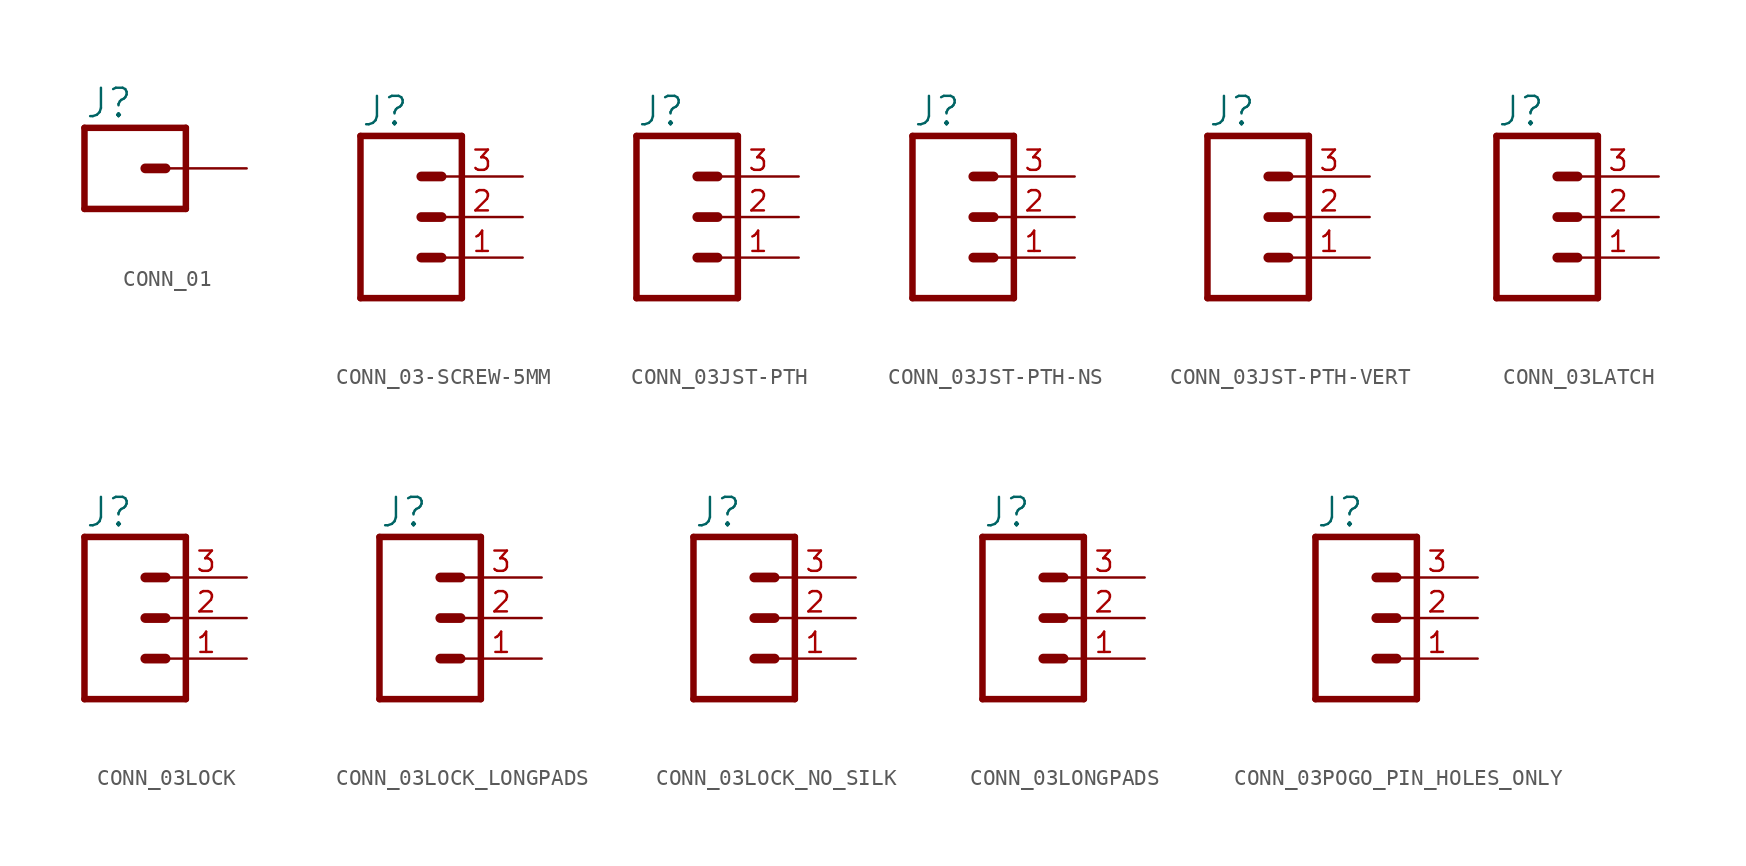
<source format=kicad_sym>
(kicad_symbol_lib
  (version 20220914)
  (generator kicad_symbol_editor)
  (symbol "CONN_01"
    (property "Reference" "J"
      (at -2.54 3.048 0)
      (effects (font (size 1.778 1.778)) (justify left bottom)))
    (property "Value" ""
      (at -2.54 -4.826 0)
      (effects (font (size 1.778 1.778)) (justify left bottom)))
    (property "ki_locked" ""
      (at 0 0 0)
      (effects (font (size 1.27 1.27))))
    (symbol "CONN_01_1_0"
      (polyline (pts (xy -2.54 2.54) (xy -2.54 -2.54)) (stroke (width 0.406) (type solid)) (fill (type none)))
      (polyline (pts (xy -2.54 2.54) (xy 3.81 2.54)) (stroke (width 0.406) (type solid)) (fill (type none)))
      (polyline (pts (xy 1.27 0) (xy 2.54 0)) (stroke (width 0.61) (type solid)) (fill (type none)))
      (polyline (pts (xy 3.81 -2.54) (xy -2.54 -2.54)) (stroke (width 0.406) (type solid)) (fill (type none)))
      (polyline (pts (xy 3.81 -2.54) (xy 3.81 2.54)) (stroke (width 0.406) (type solid)) (fill (type none)))
      (pin passive line (at 7.62 0 180) (length 5.08) (name "1" (effects (font (size 0 0)))) (number "1" (effects (font (size 0 0)))))))
  (symbol "CONN_03-SCREW-5MM"
    (property "Reference" "J"
      (at -2.54 5.588 0)
      (effects (font (size 1.778 1.778)) (justify left bottom)))
    (property "Value" ""
      (at -2.54 -7.366 0)
      (effects (font (size 1.778 1.778)) (justify left bottom)))
    (property "ki_locked" ""
      (at 0 0 0)
      (effects (font (size 1.27 1.27))))
    (symbol "CONN_03-SCREW-5MM_1_0"
      (polyline (pts (xy -2.54 5.08) (xy -2.54 -5.08)) (stroke (width 0.406) (type solid)) (fill (type none)))
      (polyline (pts (xy -2.54 5.08) (xy 3.81 5.08)) (stroke (width 0.406) (type solid)) (fill (type none)))
      (polyline (pts (xy 1.27 -2.54) (xy 2.54 -2.54)) (stroke (width 0.61) (type solid)) (fill (type none)))
      (polyline (pts (xy 1.27 0) (xy 2.54 0)) (stroke (width 0.61) (type solid)) (fill (type none)))
      (polyline (pts (xy 1.27 2.54) (xy 2.54 2.54)) (stroke (width 0.61) (type solid)) (fill (type none)))
      (polyline (pts (xy 3.81 -5.08) (xy -2.54 -5.08)) (stroke (width 0.406) (type solid)) (fill (type none)))
      (polyline (pts (xy 3.81 -5.08) (xy 3.81 5.08)) (stroke (width 0.406) (type solid)) (fill (type none)))
      (pin passive line (at 7.62 -2.54 180) (length 5.08) (name "1" (effects (font (size 0 0)))) (number "1" (effects (font (size 1.27 1.27)))))
      (pin passive line (at 7.62 0 180) (length 5.08) (name "2" (effects (font (size 0 0)))) (number "2" (effects (font (size 1.27 1.27)))))
      (pin passive line (at 7.62 2.54 180) (length 5.08) (name "3" (effects (font (size 0 0)))) (number "3" (effects (font (size 1.27 1.27)))))))
  (symbol "CONN_03JST-PTH"
    (property "Reference" "J"
      (at -2.54 5.588 0)
      (effects (font (size 1.778 1.778)) (justify left bottom)))
    (property "Value" ""
      (at -2.54 -7.366 0)
      (effects (font (size 1.778 1.778)) (justify left bottom)))
    (property "ki_locked" ""
      (at 0 0 0)
      (effects (font (size 1.27 1.27))))
    (symbol "CONN_03JST-PTH_1_0"
      (polyline (pts (xy -2.54 5.08) (xy -2.54 -5.08)) (stroke (width 0.406) (type solid)) (fill (type none)))
      (polyline (pts (xy -2.54 5.08) (xy 3.81 5.08)) (stroke (width 0.406) (type solid)) (fill (type none)))
      (polyline (pts (xy 1.27 -2.54) (xy 2.54 -2.54)) (stroke (width 0.61) (type solid)) (fill (type none)))
      (polyline (pts (xy 1.27 0) (xy 2.54 0)) (stroke (width 0.61) (type solid)) (fill (type none)))
      (polyline (pts (xy 1.27 2.54) (xy 2.54 2.54)) (stroke (width 0.61) (type solid)) (fill (type none)))
      (polyline (pts (xy 3.81 -5.08) (xy -2.54 -5.08)) (stroke (width 0.406) (type solid)) (fill (type none)))
      (polyline (pts (xy 3.81 -5.08) (xy 3.81 5.08)) (stroke (width 0.406) (type solid)) (fill (type none)))
      (pin passive line (at 7.62 -2.54 180) (length 5.08) (name "1" (effects (font (size 0 0)))) (number "1" (effects (font (size 1.27 1.27)))))
      (pin passive line (at 7.62 0 180) (length 5.08) (name "2" (effects (font (size 0 0)))) (number "2" (effects (font (size 1.27 1.27)))))
      (pin passive line (at 7.62 2.54 180) (length 5.08) (name "3" (effects (font (size 0 0)))) (number "3" (effects (font (size 1.27 1.27)))))))
  (symbol "CONN_03JST-PTH-NS"
    (property "Reference" "J"
      (at -2.54 5.588 0)
      (effects (font (size 1.778 1.778)) (justify left bottom)))
    (property "Value" ""
      (at -2.54 -7.366 0)
      (effects (font (size 1.778 1.778)) (justify left bottom)))
    (property "ki_locked" ""
      (at 0 0 0)
      (effects (font (size 1.27 1.27))))
    (symbol "CONN_03JST-PTH-NS_1_0"
      (polyline (pts (xy -2.54 5.08) (xy -2.54 -5.08)) (stroke (width 0.406) (type solid)) (fill (type none)))
      (polyline (pts (xy -2.54 5.08) (xy 3.81 5.08)) (stroke (width 0.406) (type solid)) (fill (type none)))
      (polyline (pts (xy 1.27 -2.54) (xy 2.54 -2.54)) (stroke (width 0.61) (type solid)) (fill (type none)))
      (polyline (pts (xy 1.27 0) (xy 2.54 0)) (stroke (width 0.61) (type solid)) (fill (type none)))
      (polyline (pts (xy 1.27 2.54) (xy 2.54 2.54)) (stroke (width 0.61) (type solid)) (fill (type none)))
      (polyline (pts (xy 3.81 -5.08) (xy -2.54 -5.08)) (stroke (width 0.406) (type solid)) (fill (type none)))
      (polyline (pts (xy 3.81 -5.08) (xy 3.81 5.08)) (stroke (width 0.406) (type solid)) (fill (type none)))
      (pin passive line (at 7.62 -2.54 180) (length 5.08) (name "1" (effects (font (size 0 0)))) (number "1" (effects (font (size 1.27 1.27)))))
      (pin passive line (at 7.62 0 180) (length 5.08) (name "2" (effects (font (size 0 0)))) (number "2" (effects (font (size 1.27 1.27)))))
      (pin passive line (at 7.62 2.54 180) (length 5.08) (name "3" (effects (font (size 0 0)))) (number "3" (effects (font (size 1.27 1.27)))))))
  (symbol "CONN_03JST-PTH-VERT"
    (property "Reference" "J"
      (at -2.54 5.588 0)
      (effects (font (size 1.778 1.778)) (justify left bottom)))
    (property "Value" ""
      (at -2.54 -7.366 0)
      (effects (font (size 1.778 1.778)) (justify left bottom)))
    (property "ki_locked" ""
      (at 0 0 0)
      (effects (font (size 1.27 1.27))))
    (symbol "CONN_03JST-PTH-VERT_1_0"
      (polyline (pts (xy -2.54 5.08) (xy -2.54 -5.08)) (stroke (width 0.406) (type solid)) (fill (type none)))
      (polyline (pts (xy -2.54 5.08) (xy 3.81 5.08)) (stroke (width 0.406) (type solid)) (fill (type none)))
      (polyline (pts (xy 1.27 -2.54) (xy 2.54 -2.54)) (stroke (width 0.61) (type solid)) (fill (type none)))
      (polyline (pts (xy 1.27 0) (xy 2.54 0)) (stroke (width 0.61) (type solid)) (fill (type none)))
      (polyline (pts (xy 1.27 2.54) (xy 2.54 2.54)) (stroke (width 0.61) (type solid)) (fill (type none)))
      (polyline (pts (xy 3.81 -5.08) (xy -2.54 -5.08)) (stroke (width 0.406) (type solid)) (fill (type none)))
      (polyline (pts (xy 3.81 -5.08) (xy 3.81 5.08)) (stroke (width 0.406) (type solid)) (fill (type none)))
      (pin passive line (at 7.62 -2.54 180) (length 5.08) (name "1" (effects (font (size 0 0)))) (number "1" (effects (font (size 1.27 1.27)))))
      (pin passive line (at 7.62 0 180) (length 5.08) (name "2" (effects (font (size 0 0)))) (number "2" (effects (font (size 1.27 1.27)))))
      (pin passive line (at 7.62 2.54 180) (length 5.08) (name "3" (effects (font (size 0 0)))) (number "3" (effects (font (size 1.27 1.27)))))))
  (symbol "CONN_03LATCH"
    (property "Reference" "J"
      (at -2.54 5.588 0)
      (effects (font (size 1.778 1.778)) (justify left bottom)))
    (property "Value" ""
      (at -2.54 -7.366 0)
      (effects (font (size 1.778 1.778)) (justify left bottom)))
    (property "ki_locked" ""
      (at 0 0 0)
      (effects (font (size 1.27 1.27))))
    (symbol "CONN_03LATCH_1_0"
      (polyline (pts (xy -2.54 5.08) (xy -2.54 -5.08)) (stroke (width 0.406) (type solid)) (fill (type none)))
      (polyline (pts (xy -2.54 5.08) (xy 3.81 5.08)) (stroke (width 0.406) (type solid)) (fill (type none)))
      (polyline (pts (xy 1.27 -2.54) (xy 2.54 -2.54)) (stroke (width 0.61) (type solid)) (fill (type none)))
      (polyline (pts (xy 1.27 0) (xy 2.54 0)) (stroke (width 0.61) (type solid)) (fill (type none)))
      (polyline (pts (xy 1.27 2.54) (xy 2.54 2.54)) (stroke (width 0.61) (type solid)) (fill (type none)))
      (polyline (pts (xy 3.81 -5.08) (xy -2.54 -5.08)) (stroke (width 0.406) (type solid)) (fill (type none)))
      (polyline (pts (xy 3.81 -5.08) (xy 3.81 5.08)) (stroke (width 0.406) (type solid)) (fill (type none)))
      (pin passive line (at 7.62 -2.54 180) (length 5.08) (name "1" (effects (font (size 0 0)))) (number "1" (effects (font (size 1.27 1.27)))))
      (pin passive line (at 7.62 0 180) (length 5.08) (name "2" (effects (font (size 0 0)))) (number "2" (effects (font (size 1.27 1.27)))))
      (pin passive line (at 7.62 2.54 180) (length 5.08) (name "3" (effects (font (size 0 0)))) (number "3" (effects (font (size 1.27 1.27)))))))
  (symbol "CONN_03LOCK"
    (property "Reference" "J"
      (at -2.54 5.588 0)
      (effects (font (size 1.778 1.778)) (justify left bottom)))
    (property "Value" ""
      (at -2.54 -7.366 0)
      (effects (font (size 1.778 1.778)) (justify left bottom)))
    (property "ki_locked" ""
      (at 0 0 0)
      (effects (font (size 1.27 1.27))))
    (symbol "CONN_03LOCK_1_0"
      (polyline (pts (xy -2.54 5.08) (xy -2.54 -5.08)) (stroke (width 0.406) (type solid)) (fill (type none)))
      (polyline (pts (xy -2.54 5.08) (xy 3.81 5.08)) (stroke (width 0.406) (type solid)) (fill (type none)))
      (polyline (pts (xy 1.27 -2.54) (xy 2.54 -2.54)) (stroke (width 0.61) (type solid)) (fill (type none)))
      (polyline (pts (xy 1.27 0) (xy 2.54 0)) (stroke (width 0.61) (type solid)) (fill (type none)))
      (polyline (pts (xy 1.27 2.54) (xy 2.54 2.54)) (stroke (width 0.61) (type solid)) (fill (type none)))
      (polyline (pts (xy 3.81 -5.08) (xy -2.54 -5.08)) (stroke (width 0.406) (type solid)) (fill (type none)))
      (polyline (pts (xy 3.81 -5.08) (xy 3.81 5.08)) (stroke (width 0.406) (type solid)) (fill (type none)))
      (pin passive line (at 7.62 -2.54 180) (length 5.08) (name "1" (effects (font (size 0 0)))) (number "1" (effects (font (size 1.27 1.27)))))
      (pin passive line (at 7.62 0 180) (length 5.08) (name "2" (effects (font (size 0 0)))) (number "2" (effects (font (size 1.27 1.27)))))
      (pin passive line (at 7.62 2.54 180) (length 5.08) (name "3" (effects (font (size 0 0)))) (number "3" (effects (font (size 1.27 1.27)))))))
  (symbol "CONN_03LOCK_LONGPADS"
    (property "Reference" "J"
      (at -2.54 5.588 0)
      (effects (font (size 1.778 1.778)) (justify left bottom)))
    (property "Value" ""
      (at -2.54 -7.366 0)
      (effects (font (size 1.778 1.778)) (justify left bottom)))
    (property "ki_locked" ""
      (at 0 0 0)
      (effects (font (size 1.27 1.27))))
    (symbol "CONN_03LOCK_LONGPADS_1_0"
      (polyline (pts (xy -2.54 5.08) (xy -2.54 -5.08)) (stroke (width 0.406) (type solid)) (fill (type none)))
      (polyline (pts (xy -2.54 5.08) (xy 3.81 5.08)) (stroke (width 0.406) (type solid)) (fill (type none)))
      (polyline (pts (xy 1.27 -2.54) (xy 2.54 -2.54)) (stroke (width 0.61) (type solid)) (fill (type none)))
      (polyline (pts (xy 1.27 0) (xy 2.54 0)) (stroke (width 0.61) (type solid)) (fill (type none)))
      (polyline (pts (xy 1.27 2.54) (xy 2.54 2.54)) (stroke (width 0.61) (type solid)) (fill (type none)))
      (polyline (pts (xy 3.81 -5.08) (xy -2.54 -5.08)) (stroke (width 0.406) (type solid)) (fill (type none)))
      (polyline (pts (xy 3.81 -5.08) (xy 3.81 5.08)) (stroke (width 0.406) (type solid)) (fill (type none)))
      (pin passive line (at 7.62 -2.54 180) (length 5.08) (name "1" (effects (font (size 0 0)))) (number "1" (effects (font (size 1.27 1.27)))))
      (pin passive line (at 7.62 0 180) (length 5.08) (name "2" (effects (font (size 0 0)))) (number "2" (effects (font (size 1.27 1.27)))))
      (pin passive line (at 7.62 2.54 180) (length 5.08) (name "3" (effects (font (size 0 0)))) (number "3" (effects (font (size 1.27 1.27)))))))
  (symbol "CONN_03LOCK_NO_SILK"
    (property "Reference" "J"
      (at -2.54 5.588 0)
      (effects (font (size 1.778 1.778)) (justify left bottom)))
    (property "Value" ""
      (at -2.54 -7.366 0)
      (effects (font (size 1.778 1.778)) (justify left bottom)))
    (property "ki_locked" ""
      (at 0 0 0)
      (effects (font (size 1.27 1.27))))
    (symbol "CONN_03LOCK_NO_SILK_1_0"
      (polyline (pts (xy -2.54 5.08) (xy -2.54 -5.08)) (stroke (width 0.406) (type solid)) (fill (type none)))
      (polyline (pts (xy -2.54 5.08) (xy 3.81 5.08)) (stroke (width 0.406) (type solid)) (fill (type none)))
      (polyline (pts (xy 1.27 -2.54) (xy 2.54 -2.54)) (stroke (width 0.61) (type solid)) (fill (type none)))
      (polyline (pts (xy 1.27 0) (xy 2.54 0)) (stroke (width 0.61) (type solid)) (fill (type none)))
      (polyline (pts (xy 1.27 2.54) (xy 2.54 2.54)) (stroke (width 0.61) (type solid)) (fill (type none)))
      (polyline (pts (xy 3.81 -5.08) (xy -2.54 -5.08)) (stroke (width 0.406) (type solid)) (fill (type none)))
      (polyline (pts (xy 3.81 -5.08) (xy 3.81 5.08)) (stroke (width 0.406) (type solid)) (fill (type none)))
      (pin passive line (at 7.62 -2.54 180) (length 5.08) (name "1" (effects (font (size 0 0)))) (number "1" (effects (font (size 1.27 1.27)))))
      (pin passive line (at 7.62 0 180) (length 5.08) (name "2" (effects (font (size 0 0)))) (number "2" (effects (font (size 1.27 1.27)))))
      (pin passive line (at 7.62 2.54 180) (length 5.08) (name "3" (effects (font (size 0 0)))) (number "3" (effects (font (size 1.27 1.27)))))))
  (symbol "CONN_03LONGPADS"
    (property "Reference" "J"
      (at -2.54 5.588 0)
      (effects (font (size 1.778 1.778)) (justify left bottom)))
    (property "Value" ""
      (at -2.54 -7.366 0)
      (effects (font (size 1.778 1.778)) (justify left bottom)))
    (property "ki_locked" ""
      (at 0 0 0)
      (effects (font (size 1.27 1.27))))
    (symbol "CONN_03LONGPADS_1_0"
      (polyline (pts (xy -2.54 5.08) (xy -2.54 -5.08)) (stroke (width 0.406) (type solid)) (fill (type none)))
      (polyline (pts (xy -2.54 5.08) (xy 3.81 5.08)) (stroke (width 0.406) (type solid)) (fill (type none)))
      (polyline (pts (xy 1.27 -2.54) (xy 2.54 -2.54)) (stroke (width 0.61) (type solid)) (fill (type none)))
      (polyline (pts (xy 1.27 0) (xy 2.54 0)) (stroke (width 0.61) (type solid)) (fill (type none)))
      (polyline (pts (xy 1.27 2.54) (xy 2.54 2.54)) (stroke (width 0.61) (type solid)) (fill (type none)))
      (polyline (pts (xy 3.81 -5.08) (xy -2.54 -5.08)) (stroke (width 0.406) (type solid)) (fill (type none)))
      (polyline (pts (xy 3.81 -5.08) (xy 3.81 5.08)) (stroke (width 0.406) (type solid)) (fill (type none)))
      (pin passive line (at 7.62 -2.54 180) (length 5.08) (name "1" (effects (font (size 0 0)))) (number "1" (effects (font (size 1.27 1.27)))))
      (pin passive line (at 7.62 0 180) (length 5.08) (name "2" (effects (font (size 0 0)))) (number "2" (effects (font (size 1.27 1.27)))))
      (pin passive line (at 7.62 2.54 180) (length 5.08) (name "3" (effects (font (size 0 0)))) (number "3" (effects (font (size 1.27 1.27)))))))
  (symbol "CONN_03POGO_PIN_HOLES_ONLY"
    (property "Reference" "J"
      (at -2.54 5.588 0)
      (effects (font (size 1.778 1.778)) (justify left bottom)))
    (property "Value" ""
      (at -2.54 -7.366 0)
      (effects (font (size 1.778 1.778)) (justify left bottom)))
    (property "ki_locked" ""
      (at 0 0 0)
      (effects (font (size 1.27 1.27))))
    (symbol "CONN_03POGO_PIN_HOLES_ONLY_1_0"
      (polyline (pts (xy -2.54 5.08) (xy -2.54 -5.08)) (stroke (width 0.406) (type solid)) (fill (type none)))
      (polyline (pts (xy -2.54 5.08) (xy 3.81 5.08)) (stroke (width 0.406) (type solid)) (fill (type none)))
      (polyline (pts (xy 1.27 -2.54) (xy 2.54 -2.54)) (stroke (width 0.61) (type solid)) (fill (type none)))
      (polyline (pts (xy 1.27 0) (xy 2.54 0)) (stroke (width 0.61) (type solid)) (fill (type none)))
      (polyline (pts (xy 1.27 2.54) (xy 2.54 2.54)) (stroke (width 0.61) (type solid)) (fill (type none)))
      (polyline (pts (xy 3.81 -5.08) (xy -2.54 -5.08)) (stroke (width 0.406) (type solid)) (fill (type none)))
      (polyline (pts (xy 3.81 -5.08) (xy 3.81 5.08)) (stroke (width 0.406) (type solid)) (fill (type none)))
      (pin passive line (at 7.62 -2.54 180) (length 5.08) (name "1" (effects (font (size 0 0)))) (number "1" (effects (font (size 1.27 1.27)))))
      (pin passive line (at 7.62 0 180) (length 5.08) (name "2" (effects (font (size 0 0)))) (number "2" (effects (font (size 1.27 1.27)))))
      (pin passive line (at 7.62 2.54 180) (length 5.08) (name "3" (effects (font (size 0 0)))) (number "3" (effects (font (size 1.27 1.27))))))))
</source>
